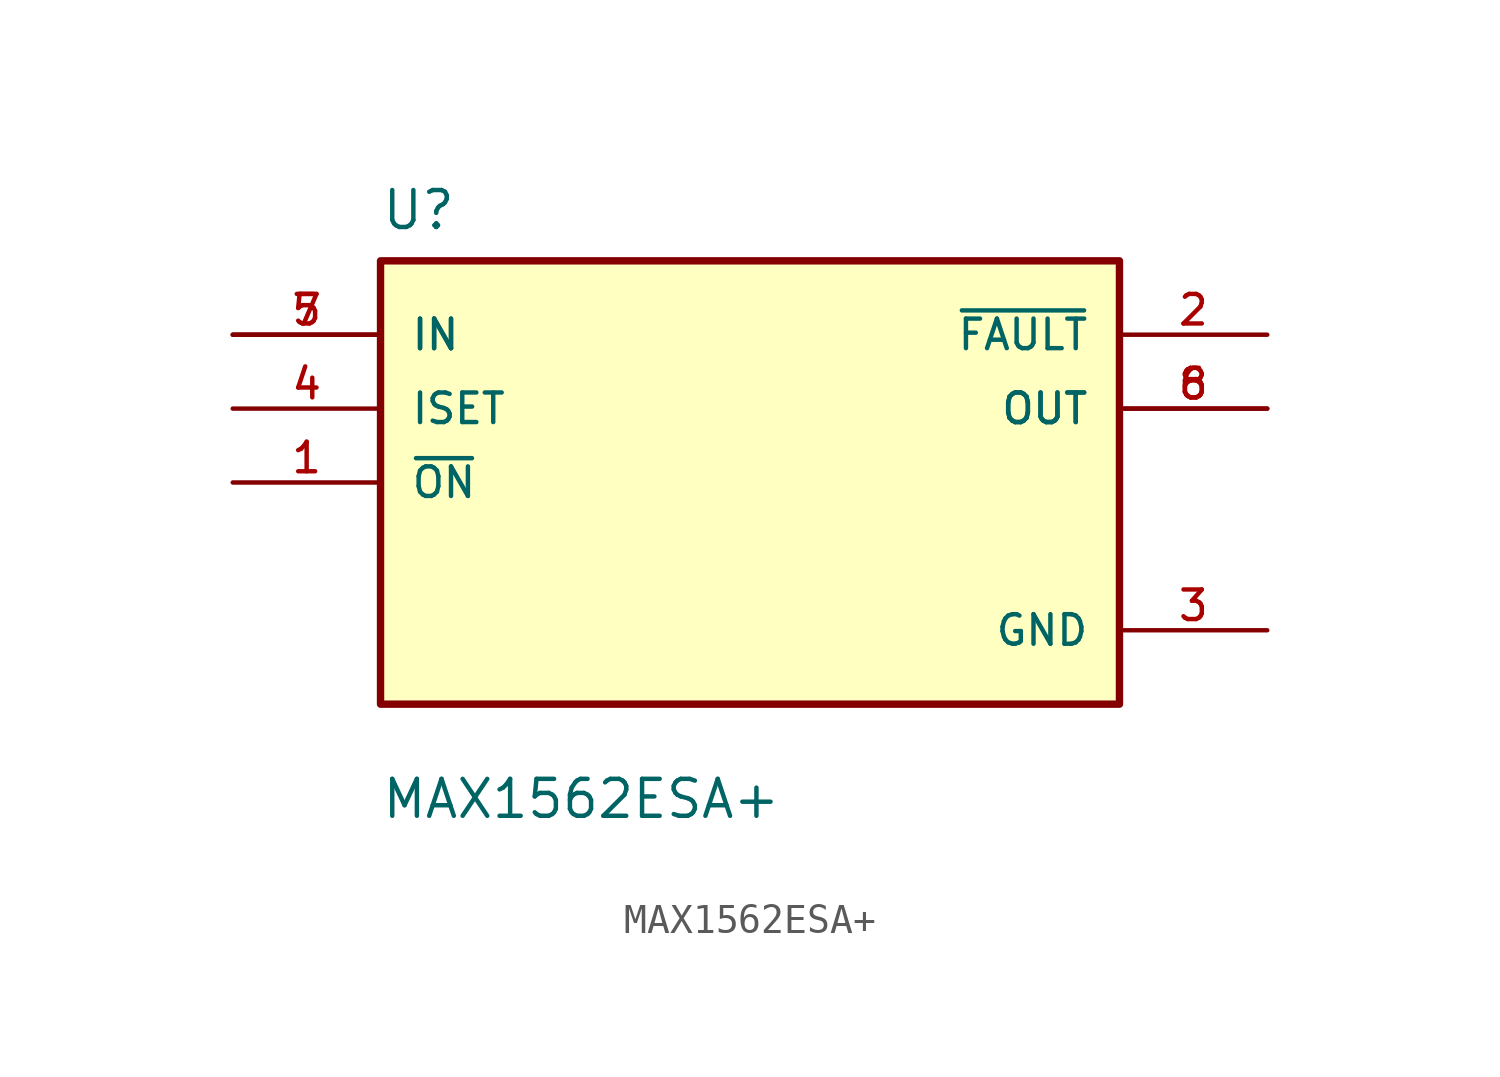
<source format=kicad_sym>
(kicad_symbol_lib
  (version 20211014)
  (generator kicad_symbol_editor)
  (symbol "MAX1562ESA+"
    (pin_names
      (offset 1.016))
    (property "Reference" "U"
      (at -12.7 8.62 0.0)
      (effects (font (size 1.27 1.27)) (justify bottom left)))
    (property "Value" "MAX1562ESA+"
      (at -12.7 -11.62 0.0)
      (effects (font (size 1.27 1.27)) (justify bottom left)))
    (symbol "MAX1562ESA+_0_0"
      (rectangle (start -12.7 -7.62) (end 12.7 7.62) (stroke (width 0.254)) (fill (type background)))
      (pin input line (at -17.78 5.08 0) (length 5.08) (name "IN" (effects (font (size 1.016 1.016)))) (number "5" (effects (font (size 1.016 1.016)))))
      (pin input line (at -17.78 5.08 0) (length 5.08) (name "IN" (effects (font (size 1.016 1.016)))) (number "7" (effects (font (size 1.016 1.016)))))
      (pin input line (at -17.78 2.54 0) (length 5.08) (name "ISET" (effects (font (size 1.016 1.016)))) (number "4" (effects (font (size 1.016 1.016)))))
      (pin input line (at -17.78 0.0 0) (length 5.08) (name "~{ON}" (effects (font (size 1.016 1.016)))) (number "1" (effects (font (size 1.016 1.016)))))
      (pin output line (at 17.78 5.08 180.0) (length 5.08) (name "~{FAULT}" (effects (font (size 1.016 1.016)))) (number "2" (effects (font (size 1.016 1.016)))))
      (pin output line (at 17.78 2.54 180.0) (length 5.08) (name "OUT" (effects (font (size 1.016 1.016)))) (number "6" (effects (font (size 1.016 1.016)))))
      (pin output line (at 17.78 2.54 180.0) (length 5.08) (name "OUT" (effects (font (size 1.016 1.016)))) (number "8" (effects (font (size 1.016 1.016)))))
      (pin power_in line (at 17.78 -5.08 180.0) (length 5.08) (name "GND" (effects (font (size 1.016 1.016)))) (number "3" (effects (font (size 1.016 1.016))))))))
</source>
